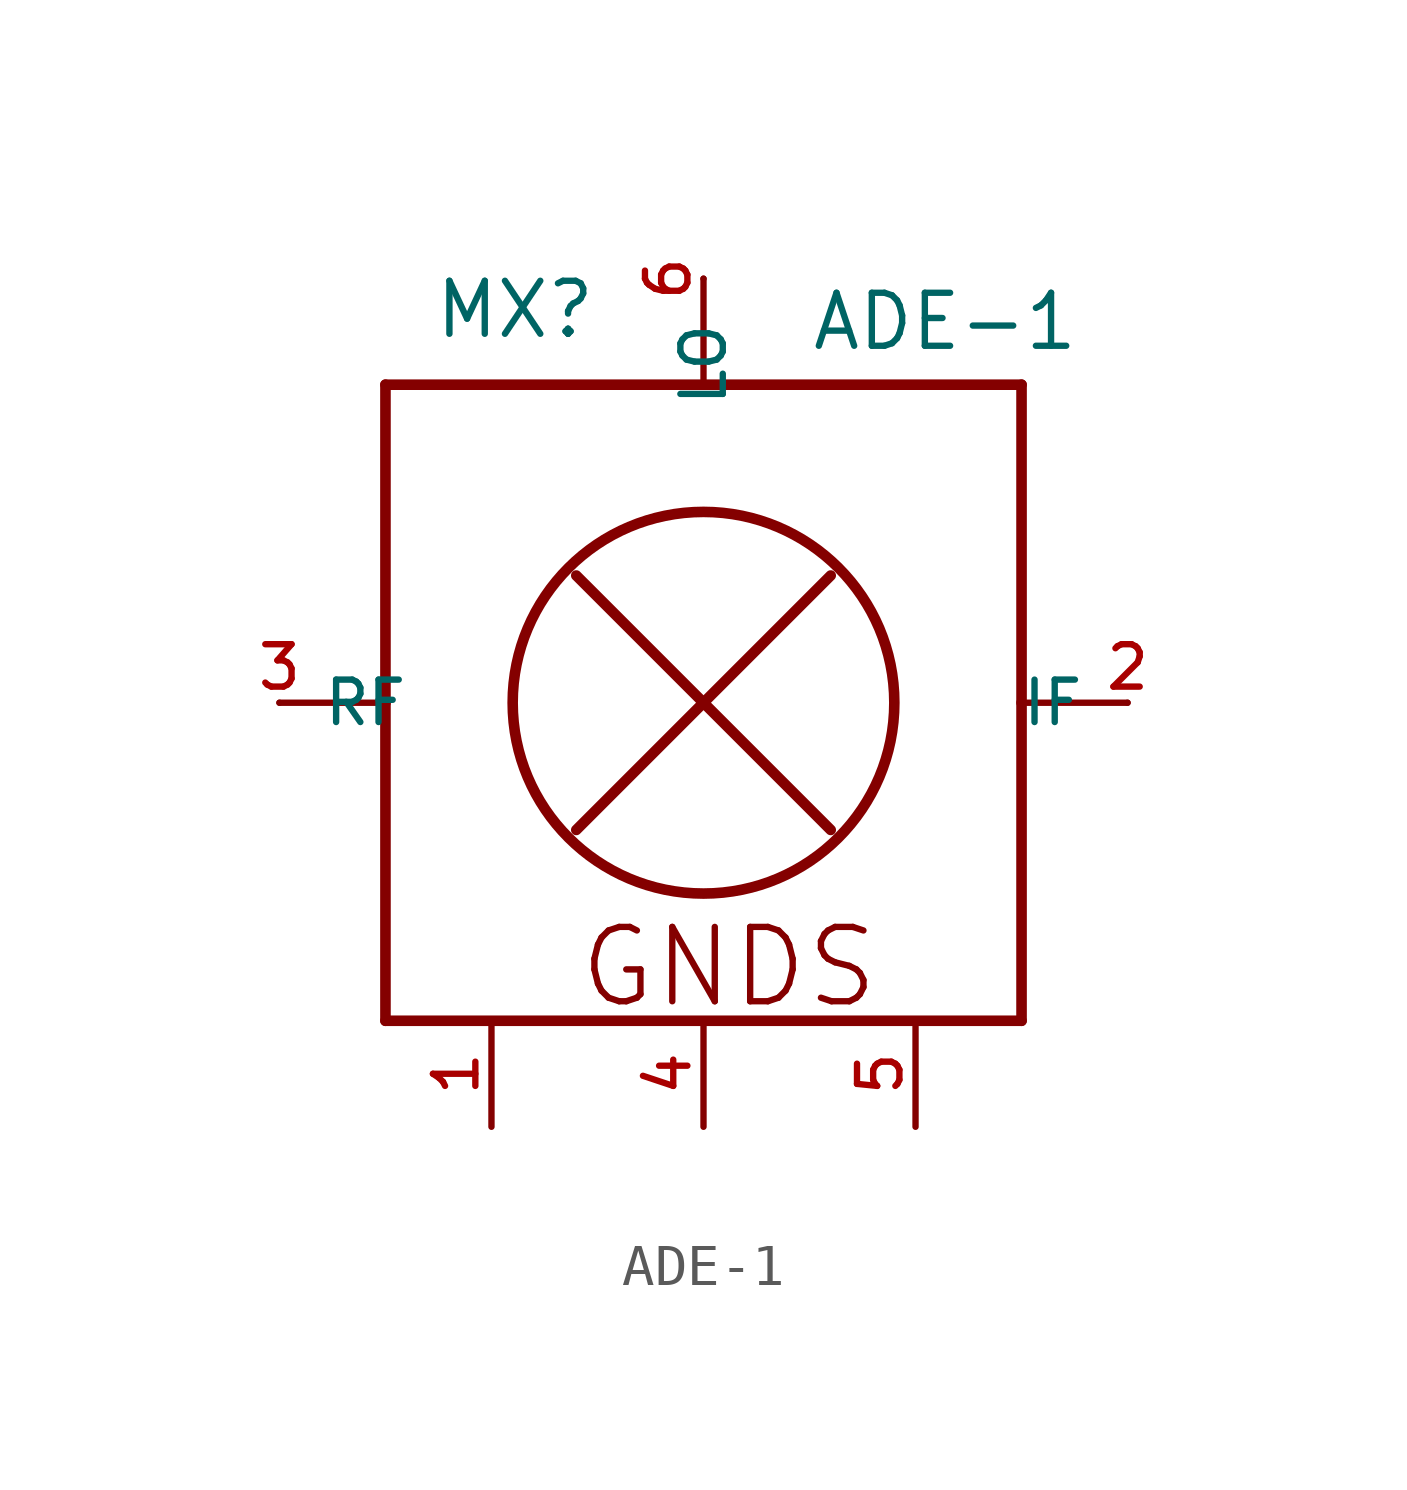
<source format=kicad_sym>
(kicad_symbol_lib
  (version 20211014)
  (generator kicad_symbol_editor)
  (symbol "ADE-1"
    (pin_names
      (offset 1.016))
    (property "Reference" "MX"
      (at -2.54 10.162 0.0)
      (effects (font (size 1.27 1.27)) (justify top right)))
    (property "Value" "ADE-1"
      (at 2.542 8.389 0)
      (effects (font (size 1.27 1.27)) (justify bottom left)))
    (symbol "ADE-1_0_0"
      (polyline (pts (xy -7.62 7.62) (xy 0.0 7.62)) (stroke (width 0.254)))
      (polyline (pts (xy 0.0 7.62) (xy 7.62 7.62)) (stroke (width 0.254)))
      (polyline (pts (xy 7.62 7.62) (xy 7.62 0.0)) (stroke (width 0.254)))
      (polyline (pts (xy 7.62 0.0) (xy 7.62 -7.62)) (stroke (width 0.254)))
      (polyline (pts (xy 7.62 -7.62) (xy -7.62 -7.62)) (stroke (width 0.254)))
      (polyline (pts (xy -7.62 -7.62) (xy -7.62 0.0)) (stroke (width 0.254)))
      (polyline (pts (xy -7.62 0.0) (xy -7.62 7.62)) (stroke (width 0.254)))
      (polyline (pts (xy -10.16 0.0) (xy -7.62 0.0)) (stroke (width 0.152)))
      (polyline (pts (xy 0.0 10.16) (xy 0.0 7.62)) (stroke (width 0.152)))
      (polyline (pts (xy 10.16 0.0) (xy 7.62 0.0)) (stroke (width 0.152)))
      (polyline (pts (xy -3.048 3.048) (xy 3.048 -3.048)) (stroke (width 0.254)))
      (polyline (pts (xy -3.048 -3.048) (xy 3.048 3.048)) (stroke (width 0.254)))
      (circle (center 0.0 0.0) (radius 4.572) (stroke (width 0.254)) (fill (type none)))
      (text "GNDS" (at -3.053 -7.378 0) (effects (font (size 1.781 1.781)) (justify bottom left)))
      (pin passive line (at 0.0 10.16 270.0) (length 0) (name "LO" (effects (font (size 1.016 1.016)))) (number "6" (effects (font (size 1.016 1.016)))))
      (pin passive line (at -10.16 0.0 0) (length 0) (name "RF" (effects (font (size 1.016 1.016)))) (number "3" (effects (font (size 1.016 1.016)))))
      (pin passive line (at -5.08 -10.16 90.0) (length 2.54) (name "~" (effects (font (size 1.016 1.016)))) (number "1" (effects (font (size 1.016 1.016)))))
      (pin passive line (at 0.0 -10.16 90.0) (length 2.54) (name "~" (effects (font (size 1.016 1.016)))) (number "4" (effects (font (size 1.016 1.016)))))
      (pin passive line (at 5.08 -10.16 90.0) (length 2.54) (name "~" (effects (font (size 1.016 1.016)))) (number "5" (effects (font (size 1.016 1.016)))))
      (pin passive line (at 10.16 0.0 180.0) (length 0) (name "IF" (effects (font (size 1.016 1.016)))) (number "2" (effects (font (size 1.016 1.016))))))))
</source>
